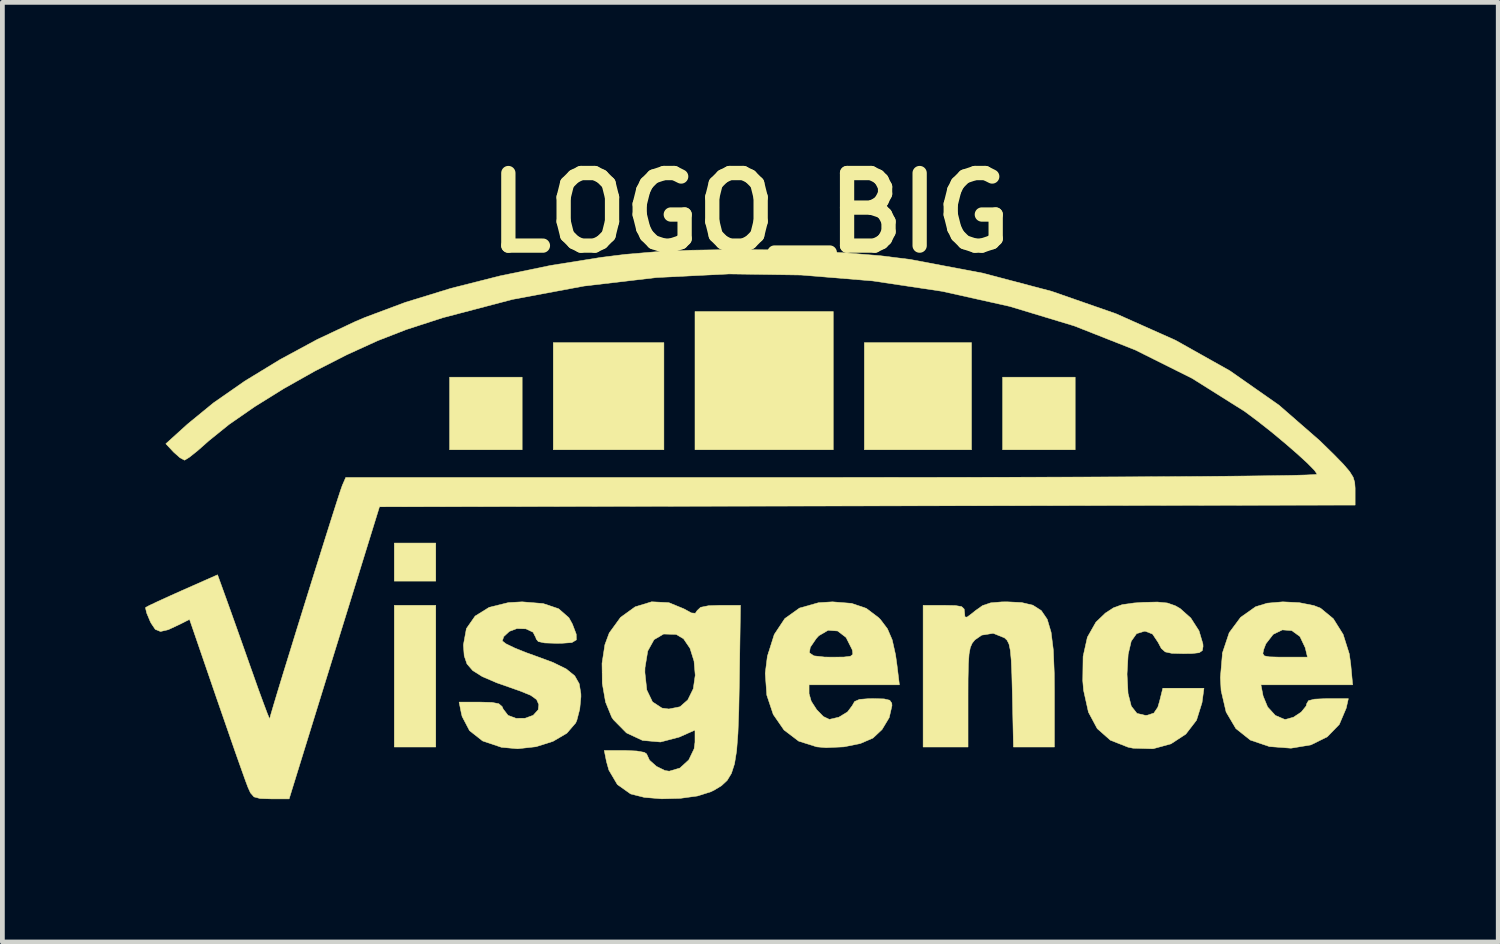
<source format=kicad_pcb>
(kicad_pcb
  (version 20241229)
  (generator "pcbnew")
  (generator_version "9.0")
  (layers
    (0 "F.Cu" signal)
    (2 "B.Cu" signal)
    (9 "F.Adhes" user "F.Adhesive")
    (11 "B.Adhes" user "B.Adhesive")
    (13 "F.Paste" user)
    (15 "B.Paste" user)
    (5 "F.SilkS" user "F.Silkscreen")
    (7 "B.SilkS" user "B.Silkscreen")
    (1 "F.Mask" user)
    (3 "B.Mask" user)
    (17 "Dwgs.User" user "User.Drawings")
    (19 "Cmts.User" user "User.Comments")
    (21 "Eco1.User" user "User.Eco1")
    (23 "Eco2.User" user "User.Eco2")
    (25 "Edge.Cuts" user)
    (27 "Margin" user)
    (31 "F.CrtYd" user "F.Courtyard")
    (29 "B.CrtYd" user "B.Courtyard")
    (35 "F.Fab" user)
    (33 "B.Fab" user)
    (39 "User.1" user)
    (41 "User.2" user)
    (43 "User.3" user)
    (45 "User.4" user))
  (footprint "LOGO_BIG"
    (layer "F.Cu")
    (at 12.704 7.918)
    (property "Reference" "LOGO_BIG" (at 0 -6.5 0) (layer "F.SilkS") (effects (font (size 1.524 1.524) (thickness 0.3))))
    (attr through_hole)
    (fp_poly (pts (xy -6.604 1.234) (xy -7.475 1.234) (xy -7.475 0.435) (xy -6.604 0.435) (xy -6.604 1.234)) (stroke (width 0.01) (type solid)) (fill yes) (layer "F.SilkS"))
    (fp_poly (pts (xy -6.604 4.717) (xy -7.475 4.717) (xy -7.475 1.742) (xy -6.604 1.742) (xy -6.604 4.717)) (stroke (width 0.01) (type solid)) (fill yes) (layer "F.SilkS"))
    (fp_poly (pts (xy -4.79 -1.524) (xy -6.314 -1.524) (xy -6.314 -3.048) (xy -4.79 -3.048) (xy -4.79 -1.524)) (stroke (width 0.01) (type solid)) (fill yes) (layer "F.SilkS"))
    (fp_poly (pts (xy -1.814 -1.524) (xy -4.137 -1.524) (xy -4.137 -3.774) (xy -1.814 -3.774) (xy -1.814 -1.524)) (stroke (width 0.01) (type solid)) (fill yes) (layer "F.SilkS"))
    (fp_poly (pts (xy 1.742 -1.524) (xy -1.161 -1.524) (xy -1.161 -4.427) (xy 1.742 -4.427) (xy 1.742 -1.524)) (stroke (width 0.01) (type solid)) (fill yes) (layer "F.SilkS"))
    (fp_poly (pts (xy 4.645 -1.524) (xy 2.395 -1.524) (xy 2.395 -3.774) (xy 4.645 -3.774) (xy 4.645 -1.524)) (stroke (width 0.01) (type solid)) (fill yes) (layer "F.SilkS"))
    (fp_poly (pts (xy 6.822 -1.524) (xy 5.298 -1.524) (xy 5.298 -3.048) (xy 6.822 -3.048) (xy 6.822 -1.524)) (stroke (width 0.01) (type solid)) (fill yes) (layer "F.SilkS"))
    (fp_poly (pts (xy 5.699 1.684) (xy 5.934 1.74) (xy 6.11 1.852) (xy 6.235 2.035) (xy 6.316 2.307) (xy 6.363 2.681) (xy 6.383 3.175) (xy 6.386 3.554) (xy 6.386 4.717) (xy 5.526 4.717) (xy 5.503 3.623) (xy 5.492 3.197) (xy 5.479 2.893) (xy 5.46 2.687) (xy 5.432 2.556) (xy 5.392 2.476) (xy 5.338 2.425) (xy 5.101 2.33) (xy 4.86 2.368) (xy 4.717 2.467) (xy 4.66 2.537) (xy 4.62 2.627) (xy 4.594 2.765) (xy 4.58 2.974) (xy 4.573 3.28) (xy 4.572 3.665) (xy 4.572 4.717) (xy 3.629 4.717) (xy 3.629 1.742) (xy 4.064 1.742) (xy 4.307 1.747) (xy 4.438 1.769) (xy 4.491 1.821) (xy 4.499 1.893) (xy 4.507 1.984) (xy 4.55 1.991) (xy 4.66 1.909) (xy 4.723 1.857) (xy 4.878 1.747) (xy 5.047 1.69) (xy 5.284 1.67) (xy 5.396 1.669) (xy 5.699 1.684)) (stroke (width 0.01) (type solid)) (fill yes) (layer "F.SilkS"))
    (fp_poly (pts (xy 8.756 1.693) (xy 8.921 1.75) (xy 9.024 1.808) (xy 9.25 2.009) (xy 9.422 2.277) (xy 9.504 2.553) (xy 9.507 2.605) (xy 9.492 2.692) (xy 9.426 2.737) (xy 9.273 2.754) (xy 9.09 2.756) (xy 8.851 2.75) (xy 8.713 2.72) (xy 8.63 2.647) (xy 8.563 2.52) (xy 8.446 2.345) (xy 8.297 2.287) (xy 8.275 2.286) (xy 8.111 2.337) (xy 7.999 2.495) (xy 7.934 2.773) (xy 7.911 3.179) (xy 7.911 3.195) (xy 7.932 3.592) (xy 8 3.86) (xy 8.119 4.011) (xy 8.296 4.053) (xy 8.335 4.05) (xy 8.474 4.005) (xy 8.557 3.882) (xy 8.594 3.756) (xy 8.662 3.483) (xy 9.526 3.483) (xy 9.485 3.786) (xy 9.37 4.154) (xy 9.145 4.447) (xy 8.833 4.651) (xy 8.456 4.754) (xy 8.036 4.742) (xy 7.93 4.72) (xy 7.56 4.574) (xy 7.285 4.331) (xy 7.1 3.985) (xy 6.998 3.526) (xy 6.981 3.326) (xy 6.988 2.816) (xy 7.078 2.412) (xy 7.257 2.096) (xy 7.456 1.905) (xy 7.627 1.794) (xy 7.809 1.728) (xy 8.056 1.693) (xy 8.245 1.68) (xy 8.548 1.673) (xy 8.756 1.693)) (stroke (width 0.01) (type solid)) (fill yes) (layer "F.SilkS"))
    (fp_poly (pts (xy 11.526 1.686) (xy 11.834 1.747) (xy 11.975 1.803) (xy 12.242 2.023) (xy 12.448 2.352) (xy 12.578 2.763) (xy 12.608 2.979) (xy 12.648 3.411) (xy 10.722 3.411) (xy 10.768 3.647) (xy 10.863 3.877) (xy 11.025 4.054) (xy 11.214 4.135) (xy 11.24 4.137) (xy 11.405 4.092) (xy 11.568 3.984) (xy 11.671 3.857) (xy 11.684 3.806) (xy 11.721 3.744) (xy 11.85 3.712) (xy 12.096 3.701) (xy 12.121 3.701) (xy 12.558 3.701) (xy 12.513 3.901) (xy 12.368 4.243) (xy 12.115 4.503) (xy 11.771 4.673) (xy 11.353 4.742) (xy 10.902 4.708) (xy 10.5 4.572) (xy 10.196 4.33) (xy 9.991 3.982) (xy 9.886 3.532) (xy 9.871 3.258) (xy 9.914 2.754) (xy 10.762 2.754) (xy 10.792 2.803) (xy 10.9 2.824) (xy 11.114 2.83) (xy 11.215 2.83) (xy 11.7 2.83) (xy 11.652 2.631) (xy 11.541 2.397) (xy 11.37 2.273) (xy 11.172 2.258) (xy 10.98 2.351) (xy 10.826 2.55) (xy 10.781 2.667) (xy 10.762 2.754) (xy 9.914 2.754) (xy 9.916 2.736) (xy 10.056 2.317) (xy 10.296 1.994) (xy 10.61 1.772) (xy 10.856 1.697) (xy 11.181 1.669) (xy 11.526 1.686)) (stroke (width 0.01) (type solid)) (fill yes) (layer "F.SilkS"))
    (fp_poly (pts (xy 2.127 1.701) (xy 2.436 1.806) (xy 2.694 2.001) (xy 2.735 2.043) (xy 2.88 2.235) (xy 2.98 2.467) (xy 3.05 2.78) (xy 3.08 2.994) (xy 3.131 3.411) (xy 1.234 3.411) (xy 1.234 3.596) (xy 1.28 3.756) (xy 1.394 3.933) (xy 1.534 4.077) (xy 1.66 4.137) (xy 1.661 4.137) (xy 1.86 4.091) (xy 2.042 3.98) (xy 2.14 3.85) (xy 2.19 3.762) (xy 2.293 3.717) (xy 2.49 3.702) (xy 2.581 3.701) (xy 2.81 3.707) (xy 2.928 3.735) (xy 2.971 3.797) (xy 2.975 3.85) (xy 2.917 4.1) (xy 2.766 4.351) (xy 2.575 4.53) (xy 2.311 4.644) (xy 1.964 4.714) (xy 1.591 4.731) (xy 1.396 4.714) (xy 1.016 4.594) (xy 0.708 4.36) (xy 0.482 4.033) (xy 0.347 3.629) (xy 0.314 3.169) (xy 0.359 2.81) (xy 0.382 2.739) (xy 1.24 2.739) (xy 1.336 2.803) (xy 1.559 2.828) (xy 1.71 2.83) (xy 1.964 2.828) (xy 2.102 2.812) (xy 2.153 2.772) (xy 2.146 2.697) (xy 2.137 2.667) (xy 2.011 2.417) (xy 1.834 2.281) (xy 1.634 2.266) (xy 1.438 2.381) (xy 1.384 2.441) (xy 1.26 2.623) (xy 1.24 2.739) (xy 0.382 2.739) (xy 0.503 2.355) (xy 0.725 2.02) (xy 1.033 1.8) (xy 1.434 1.687) (xy 1.726 1.669) (xy 2.127 1.701)) (stroke (width 0.01) (type solid)) (fill yes) (layer "F.SilkS"))
    (fp_poly (pts (xy -4.349 1.705) (xy -4.025 1.814) (xy -3.809 2.002) (xy -3.735 2.136) (xy -3.655 2.347) (xy -3.652 2.468) (xy -3.746 2.524) (xy -3.958 2.539) (xy -4.064 2.54) (xy -4.316 2.532) (xy -4.451 2.503) (xy -4.498 2.446) (xy -4.499 2.429) (xy -4.561 2.307) (xy -4.711 2.236) (xy -4.9 2.23) (xy -5.058 2.289) (xy -5.176 2.398) (xy -5.207 2.49) (xy -5.13 2.55) (xy -4.948 2.638) (xy -4.691 2.741) (xy -4.542 2.794) (xy -4.141 2.942) (xy -3.863 3.079) (xy -3.686 3.223) (xy -3.591 3.391) (xy -3.557 3.601) (xy -3.556 3.663) (xy -3.581 3.921) (xy -3.642 4.157) (xy -3.666 4.212) (xy -3.852 4.428) (xy -4.142 4.598) (xy -4.499 4.711) (xy -4.885 4.754) (xy -5.225 4.723) (xy -5.62 4.59) (xy -5.895 4.374) (xy -6.051 4.076) (xy -6.068 4.005) (xy -6.114 3.774) (xy -5.675 3.774) (xy -5.424 3.781) (xy -5.281 3.808) (xy -5.211 3.868) (xy -5.189 3.919) (xy -5.087 4.052) (xy -4.919 4.115) (xy -4.728 4.113) (xy -4.558 4.051) (xy -4.453 3.935) (xy -4.44 3.827) (xy -4.486 3.722) (xy -4.61 3.632) (xy -4.841 3.538) (xy -4.899 3.518) (xy -5.323 3.369) (xy -5.626 3.239) (xy -5.828 3.112) (xy -5.949 2.972) (xy -6.007 2.802) (xy -6.023 2.586) (xy -6.023 2.57) (xy -5.961 2.231) (xy -5.778 1.968) (xy -5.482 1.784) (xy -5.079 1.685) (xy -4.79 1.669) (xy -4.349 1.705)) (stroke (width 0.01) (type solid)) (fill yes) (layer "F.SilkS"))
    (fp_poly (pts (xy -1.71 1.686) (xy -1.395 1.815) (xy -1.236 1.902) (xy -1.154 1.909) (xy -1.115 1.851) (xy -1.043 1.784) (xy -0.875 1.75) (xy -0.639 1.742) (xy -0.206 1.742) (xy -0.23 3.356) (xy -0.241 3.957) (xy -0.259 4.431) (xy -0.287 4.796) (xy -0.331 5.07) (xy -0.396 5.271) (xy -0.485 5.418) (xy -0.604 5.529) (xy -0.757 5.622) (xy -0.828 5.657) (xy -1.107 5.745) (xy -1.469 5.795) (xy -1.86 5.805) (xy -2.224 5.775) (xy -2.507 5.704) (xy -2.516 5.7) (xy -2.791 5.505) (xy -2.969 5.203) (xy -3.02 5.022) (xy -3.066 4.79) (xy -2.622 4.79) (xy -2.386 4.801) (xy -2.226 4.829) (xy -2.177 4.862) (xy -2.116 4.994) (xy -1.97 5.124) (xy -1.793 5.211) (xy -1.702 5.225) (xy -1.478 5.159) (xy -1.292 4.989) (xy -1.179 4.754) (xy -1.161 4.616) (xy -1.161 4.362) (xy -1.495 4.51) (xy -1.885 4.612) (xy -2.262 4.579) (xy -2.6 4.421) (xy -2.873 4.145) (xy -2.91 4.09) (xy -3.039 3.774) (xy -3.108 3.379) (xy -3.11 3.153) (xy -2.213 3.153) (xy -2.173 3.52) (xy -2.053 3.77) (xy -1.854 3.9) (xy -1.709 3.919) (xy -1.476 3.872) (xy -1.312 3.728) (xy -1.197 3.494) (xy -1.156 3.21) (xy -1.181 2.914) (xy -1.265 2.646) (xy -1.402 2.444) (xy -1.556 2.353) (xy -1.82 2.345) (xy -2.021 2.463) (xy -2.153 2.701) (xy -2.211 3.053) (xy -2.213 3.153) (xy -3.11 3.153) (xy -3.113 2.96) (xy -3.053 2.569) (xy -2.962 2.323) (xy -2.724 1.995) (xy -2.418 1.774) (xy -2.071 1.668) (xy -1.71 1.686)) (stroke (width 0.01) (type solid)) (fill yes) (layer "F.SilkS"))
    (fp_poly (pts (xy 0.393 -5.722) (xy 1.224 -5.698) (xy 2.017 -5.657) (xy 2.735 -5.598) (xy 3.346 -5.522) (xy 3.355 -5.521) (xy 4.888 -5.231) (xy 6.331 -4.85) (xy 7.68 -4.38) (xy 8.929 -3.823) (xy 10.071 -3.182) (xy 11.101 -2.461) (xy 11.956 -1.716) (xy 12.249 -1.43) (xy 12.453 -1.221) (xy 12.583 -1.069) (xy 12.658 -0.949) (xy 12.691 -0.84) (xy 12.7 -0.719) (xy 12.7 -0.678) (xy 12.7 -0.363) (xy 2.457 -0.345) (xy -7.786 -0.327) (xy -8.735 2.74) (xy -9.683 5.806) (xy -10.066 5.806) (xy -10.292 5.799) (xy -10.42 5.765) (xy -10.495 5.68) (xy -10.545 5.57) (xy -10.596 5.435) (xy -10.685 5.186) (xy -10.806 4.845) (xy -10.949 4.433) (xy -11.108 3.974) (xy -11.208 3.686) (xy -11.774 2.037) (xy -11.965 2.134) (xy -12.219 2.253) (xy -12.384 2.292) (xy -12.494 2.247) (xy -12.582 2.116) (xy -12.603 2.074) (xy -12.674 1.904) (xy -12.699 1.797) (xy -12.695 1.786) (xy -12.62 1.746) (xy -12.44 1.661) (xy -12.184 1.544) (xy -11.925 1.428) (xy -11.186 1.101) (xy -10.998 1.621) (xy -10.903 1.886) (xy -10.775 2.245) (xy -10.63 2.654) (xy -10.483 3.071) (xy -10.452 3.157) (xy -10.328 3.508) (xy -10.221 3.799) (xy -10.142 4.01) (xy -10.098 4.116) (xy -10.091 4.124) (xy -10.069 4.039) (xy -10.009 3.835) (xy -9.918 3.532) (xy -9.801 3.149) (xy -9.664 2.706) (xy -9.515 2.222) (xy -9.358 1.717) (xy -9.2 1.21) (xy -9.046 0.72) (xy -8.904 0.268) (xy -8.779 -0.127) (xy -8.677 -0.447) (xy -8.604 -0.67) (xy -8.566 -0.778) (xy -8.565 -0.78) (xy -8.494 -0.943) (xy 1.704 -0.943) (xy 3.127 -0.944) (xy 4.461 -0.945) (xy 5.702 -0.948) (xy 6.844 -0.951) (xy 7.882 -0.955) (xy 8.813 -0.96) (xy 9.63 -0.965) (xy 10.33 -0.972) (xy 10.907 -0.979) (xy 11.358 -0.986) (xy 11.676 -0.995) (xy 11.858 -1.004) (xy 11.902 -1.011) (xy 11.848 -1.091) (xy 11.702 -1.24) (xy 11.487 -1.437) (xy 11.225 -1.664) (xy 10.94 -1.901) (xy 10.653 -2.127) (xy 10.389 -2.324) (xy 10.37 -2.337) (xy 9.277 -3.024) (xy 8.083 -3.62) (xy 6.802 -4.125) (xy 5.447 -4.535) (xy 4.031 -4.851) (xy 2.568 -5.07) (xy 1.071 -5.193) (xy -0.447 -5.216) (xy -1.972 -5.14) (xy -3.49 -4.962) (xy -4.99 -4.682) (xy -6.456 -4.297) (xy -7.221 -4.049) (xy -7.825 -3.814) (xy -8.476 -3.517) (xy -9.144 -3.176) (xy -9.799 -2.807) (xy -10.408 -2.428) (xy -10.943 -2.057) (xy -11.373 -1.71) (xy -11.404 -1.682) (xy -11.608 -1.502) (xy -11.775 -1.369) (xy -11.873 -1.308) (xy -11.881 -1.306) (xy -11.973 -1.355) (xy -12.104 -1.471) (xy -12.111 -1.478) (xy -12.272 -1.65) (xy -11.817 -2.062) (xy -11.271 -2.509) (xy -10.613 -2.967) (xy -9.877 -3.416) (xy -9.093 -3.84) (xy -8.292 -4.217) (xy -8.092 -4.302) (xy -7.244 -4.619) (xy -6.288 -4.913) (xy -5.258 -5.174) (xy -4.189 -5.395) (xy -3.117 -5.566) (xy -2.622 -5.627) (xy -1.985 -5.681) (xy -1.247 -5.714) (xy -0.443 -5.727) (xy 0.393 -5.722)) (stroke (width 0.01) (type solid)) (fill yes) (layer "F.SilkS")))
  (gr_rect
    (start -3 -3)
    (end 28.409 16.729)
    (stroke (width 0.1) (type default))
    (fill no)
    (layer "Edge.Cuts")))
</source>
